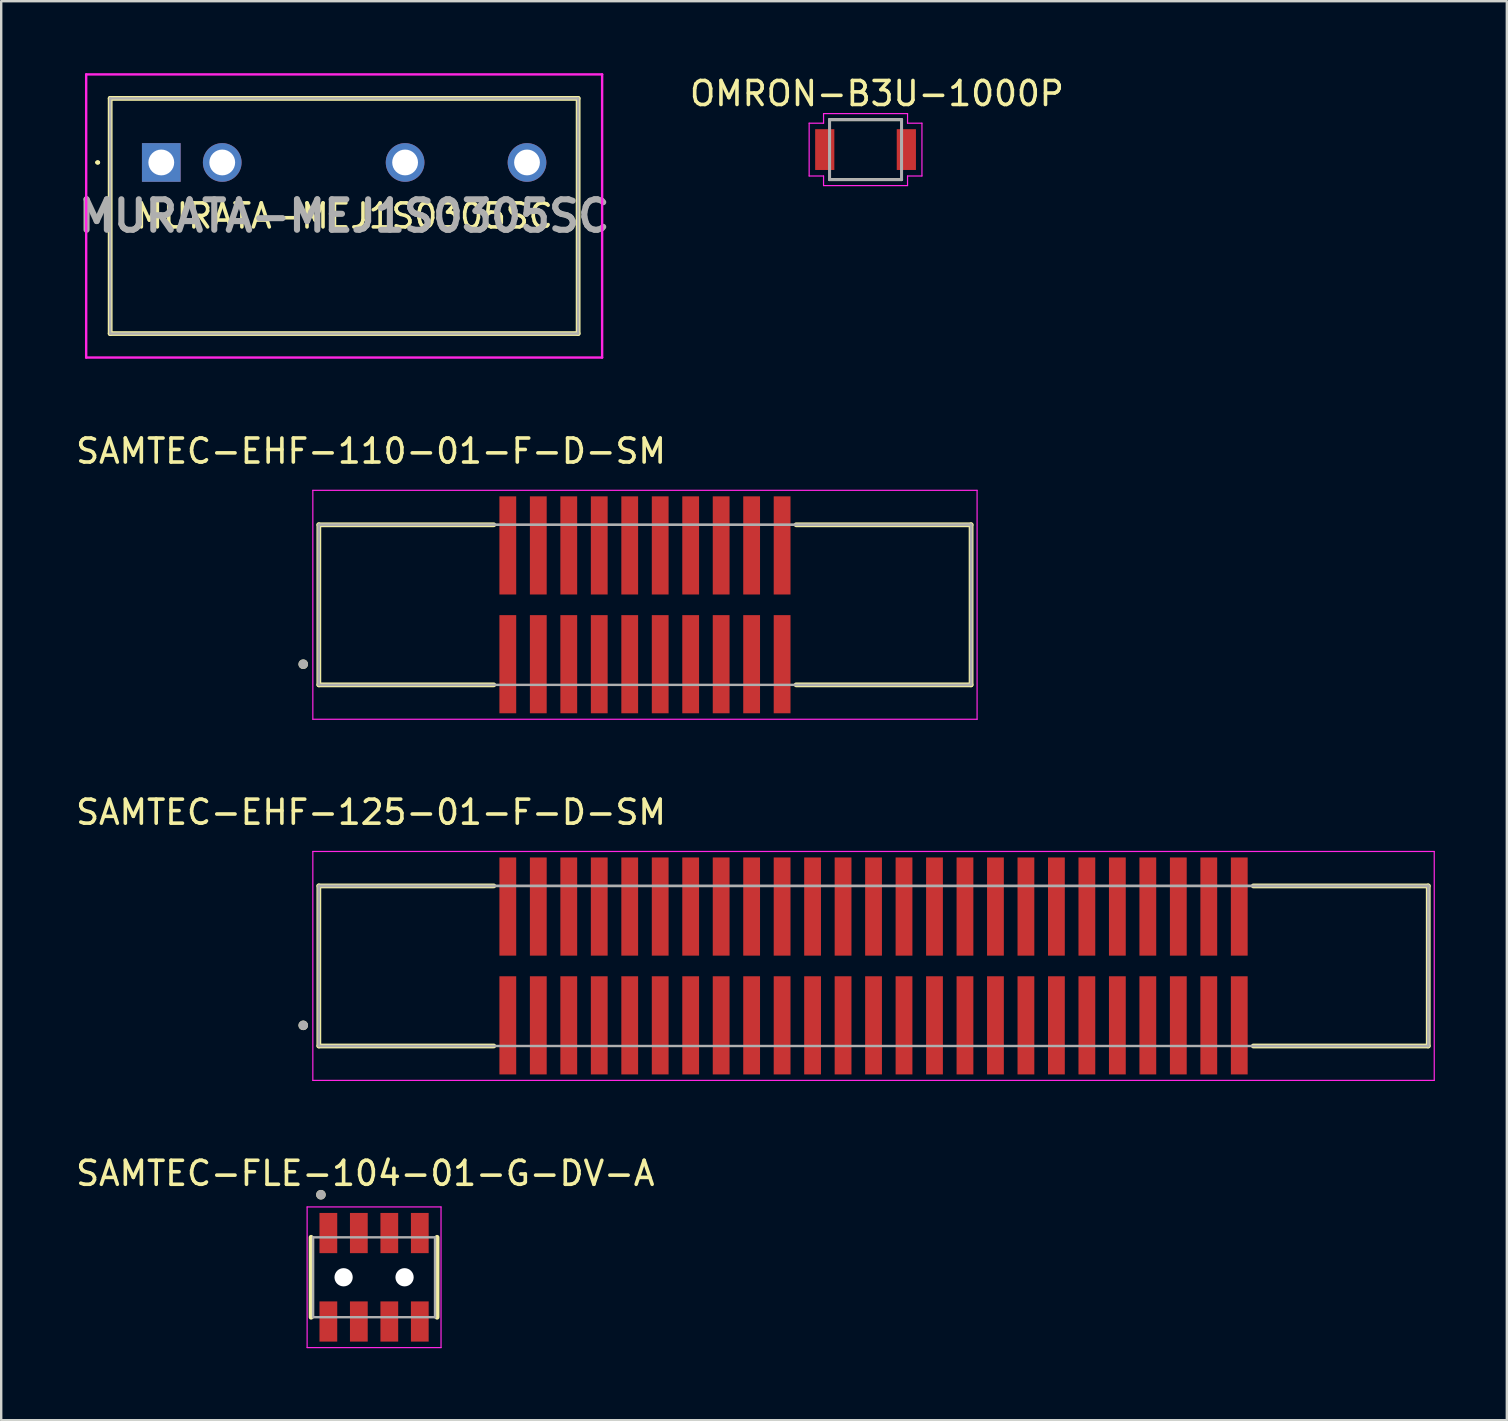
<source format=kicad_pcb>
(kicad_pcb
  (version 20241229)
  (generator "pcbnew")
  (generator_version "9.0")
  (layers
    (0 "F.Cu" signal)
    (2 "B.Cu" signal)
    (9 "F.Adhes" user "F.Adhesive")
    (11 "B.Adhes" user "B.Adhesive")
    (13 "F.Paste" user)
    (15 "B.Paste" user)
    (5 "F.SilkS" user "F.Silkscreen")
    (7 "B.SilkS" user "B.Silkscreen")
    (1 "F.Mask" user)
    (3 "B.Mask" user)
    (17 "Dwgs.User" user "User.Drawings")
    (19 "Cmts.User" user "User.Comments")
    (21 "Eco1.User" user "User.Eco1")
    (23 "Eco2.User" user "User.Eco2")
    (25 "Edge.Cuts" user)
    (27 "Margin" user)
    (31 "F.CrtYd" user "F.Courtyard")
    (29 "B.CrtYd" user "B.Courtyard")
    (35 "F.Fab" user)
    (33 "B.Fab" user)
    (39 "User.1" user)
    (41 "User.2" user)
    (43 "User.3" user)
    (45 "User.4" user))
  (footprint "SAMTEC-FLE-104-01-G-DV-A"
    (layer "F.Cu")
    (at 12.538 50.175)
    (property "Reference" "SAMTEC-FLE-104-01-G-DV-A" (at -0.365 -4.33 0) (layer "F.SilkS") (effects (font (size 1 1) (thickness 0.15))))
    (attr smd)
    (fp_line (start -2.625 1.665) (end -2.625 -1.665) (stroke (width 0.2) (type solid)) (layer "F.SilkS"))
    (fp_line (start 2.625 1.665) (end 2.625 -1.665) (stroke (width 0.2) (type solid)) (layer "F.SilkS"))
    (fp_circle (center -2.215 -3.44) (end -2.115 -3.44) (stroke (width 0.2) (type solid)) (fill no) (layer "F.SilkS"))
    (fp_line (start -2.79 -2.93) (end 2.79 -2.93) (stroke (width 0.05) (type solid)) (layer "F.CrtYd"))
    (fp_line (start -2.79 2.93) (end -2.79 -2.93) (stroke (width 0.05) (type solid)) (layer "F.CrtYd"))
    (fp_line (start 2.79 -2.93) (end 2.79 2.93) (stroke (width 0.05) (type solid)) (layer "F.CrtYd"))
    (fp_line (start 2.79 2.93) (end -2.79 2.93) (stroke (width 0.05) (type solid)) (layer "F.CrtYd"))
    (fp_line (start -2.54 -1.665) (end 2.54 -1.665) (stroke (width 0.1) (type solid)) (layer "F.Fab"))
    (fp_line (start -2.54 1.665) (end -2.54 -1.665) (stroke (width 0.1) (type solid)) (layer "F.Fab"))
    (fp_line (start 2.54 -1.665) (end 2.54 1.665) (stroke (width 0.1) (type solid)) (layer "F.Fab"))
    (fp_line (start 2.54 1.665) (end -2.54 1.665) (stroke (width 0.1) (type solid)) (layer "F.Fab"))
    (fp_circle (center -2.215 -3.44) (end -2.115 -3.44) (stroke (width 0.2) (type solid)) (fill no) (layer "F.Fab"))
    (pad "" np_thru_hole circle (at -1.27 0) (size 0.76 0.76) (drill 0.76) (layers "*.Cu" "*.Mask"))
    (pad "" np_thru_hole circle (at 1.27 0) (size 0.76 0.76) (drill 0.76) (layers "*.Cu" "*.Mask"))
    (pad "1" smd rect (at -1.905 -1.843) (size 0.74 1.675) (layers "F.Cu" "F.Mask" "F.Paste"))
    (pad "2" smd rect (at -1.905 1.843) (size 0.74 1.675) (layers "F.Cu" "F.Mask" "F.Paste"))
    (pad "3" smd rect (at -0.635 -1.843) (size 0.74 1.675) (layers "F.Cu" "F.Mask" "F.Paste"))
    (pad "4" smd rect (at -0.635 1.843) (size 0.74 1.675) (layers "F.Cu" "F.Mask" "F.Paste"))
    (pad "5" smd rect (at 0.635 -1.843) (size 0.74 1.675) (layers "F.Cu" "F.Mask" "F.Paste"))
    (pad "6" smd rect (at 0.635 1.843) (size 0.74 1.675) (layers "F.Cu" "F.Mask" "F.Paste"))
    (pad "7" smd rect (at 1.905 -1.843) (size 0.74 1.675) (layers "F.Cu" "F.Mask" "F.Paste"))
    (pad "8" smd rect (at 1.905 1.843) (size 0.74 1.675) (layers "F.Cu" "F.Mask" "F.Paste")))
  (footprint "OMRON-B3U-1000P"
    (layer "F.Cu")
    (at 33.018 3.183)
    (property "Reference" "OMRON-B3U-1000P" (at 0.475 -2.335 0) (layer "F.SilkS") (effects (font (size 1 1) (thickness 0.15))))
    (attr smd)
    (fp_line (start -1.5 -1.25) (end 1.5 -1.25) (stroke (width 0.127) (type solid)) (layer "F.SilkS"))
    (fp_line (start -1.5 1.25) (end 1.5 1.25) (stroke (width 0.127) (type solid)) (layer "F.SilkS"))
    (fp_line (start -2.35 -1.1) (end -1.75 -1.1) (stroke (width 0.05) (type solid)) (layer "F.CrtYd"))
    (fp_line (start -2.35 1.1) (end -2.35 -1.1) (stroke (width 0.05) (type solid)) (layer "F.CrtYd"))
    (fp_line (start -1.75 -1.5) (end 1.75 -1.5) (stroke (width 0.05) (type solid)) (layer "F.CrtYd"))
    (fp_line (start -1.75 -1.1) (end -1.75 -1.5) (stroke (width 0.05) (type solid)) (layer "F.CrtYd"))
    (fp_line (start -1.75 1.1) (end -2.35 1.1) (stroke (width 0.05) (type solid)) (layer "F.CrtYd"))
    (fp_line (start -1.75 1.5) (end -1.75 1.1) (stroke (width 0.05) (type solid)) (layer "F.CrtYd"))
    (fp_line (start 1.75 -1.5) (end 1.75 -1.1) (stroke (width 0.05) (type solid)) (layer "F.CrtYd"))
    (fp_line (start 1.75 -1.1) (end 2.35 -1.1) (stroke (width 0.05) (type solid)) (layer "F.CrtYd"))
    (fp_line (start 1.75 1.1) (end 1.75 1.5) (stroke (width 0.05) (type solid)) (layer "F.CrtYd"))
    (fp_line (start 1.75 1.5) (end -1.75 1.5) (stroke (width 0.05) (type solid)) (layer "F.CrtYd"))
    (fp_line (start 2.35 -1.1) (end 2.35 1.1) (stroke (width 0.05) (type solid)) (layer "F.CrtYd"))
    (fp_line (start 2.35 1.1) (end 1.75 1.1) (stroke (width 0.05) (type solid)) (layer "F.CrtYd"))
    (fp_line (start -1.5 1.25) (end -1.5 -1.25) (stroke (width 0.127) (type solid)) (layer "F.Fab"))
    (fp_line (start 1.5 -1.25) (end -1.5 -1.25) (stroke (width 0.127) (type solid)) (layer "F.Fab"))
    (fp_line (start 1.5 -1.25) (end 1.5 1.25) (stroke (width 0.127) (type solid)) (layer "F.Fab"))
    (fp_line (start 1.5 1.25) (end -1.5 1.25) (stroke (width 0.127) (type solid)) (layer "F.Fab"))
    (pad "1" smd rect (at -1.7 0) (size 0.8 1.7) (layers "F.Cu" "F.Mask" "F.Paste"))
    (pad "2" smd rect (at 1.7 0) (size 0.8 1.7) (layers "F.Cu" "F.Mask" "F.Paste")))
  (footprint "SAMTEC-EHF-110-01-F-D-SM"
    (layer "F.Cu")
    (at 23.826 22.153)
    (property "Reference" "SAMTEC-EHF-110-01-F-D-SM" (at -11.415 -6.405 0) (layer "F.SilkS") (effects (font (size 1 1) (thickness 0.15))))
    (attr smd)
    (fp_line (start -13.59 -3.335) (end -6.3 -3.335) (stroke (width 0.2) (type solid)) (layer "F.SilkS"))
    (fp_line (start -13.59 3.335) (end -13.59 -3.335) (stroke (width 0.2) (type solid)) (layer "F.SilkS"))
    (fp_line (start -6.3 3.335) (end -13.59 3.335) (stroke (width 0.2) (type solid)) (layer "F.SilkS"))
    (fp_line (start 6.3 -3.335) (end 13.59 -3.335) (stroke (width 0.2) (type solid)) (layer "F.SilkS"))
    (fp_line (start 6.3 3.335) (end 13.59 3.335) (stroke (width 0.2) (type solid)) (layer "F.SilkS"))
    (fp_line (start 13.59 -3.335) (end 13.59 3.335) (stroke (width 0.2) (type solid)) (layer "F.SilkS"))
    (fp_circle (center -14.24 2.475) (end -14.14 2.475) (stroke (width 0.2) (type solid)) (fill no) (layer "F.SilkS"))
    (fp_line (start -13.84 -4.77) (end 13.84 -4.77) (stroke (width 0.05) (type solid)) (layer "F.CrtYd"))
    (fp_line (start -13.84 4.77) (end -13.84 -4.77) (stroke (width 0.05) (type solid)) (layer "F.CrtYd"))
    (fp_line (start 13.84 -4.77) (end 13.84 4.77) (stroke (width 0.05) (type solid)) (layer "F.CrtYd"))
    (fp_line (start 13.84 4.77) (end -13.84 4.77) (stroke (width 0.05) (type solid)) (layer "F.CrtYd"))
    (fp_line (start -13.59 -3.335) (end 13.59 -3.335) (stroke (width 0.1) (type solid)) (layer "F.Fab"))
    (fp_line (start -13.59 -3.335) (end 13.59 -3.335) (stroke (width 0.1) (type solid)) (layer "F.Fab"))
    (fp_line (start -13.59 3.335) (end -13.59 -3.335) (stroke (width 0.1) (type solid)) (layer "F.Fab"))
    (fp_line (start -13.59 3.335) (end -13.59 -3.335) (stroke (width 0.1) (type solid)) (layer "F.Fab"))
    (fp_line (start 13.59 -3.335) (end 13.59 3.335) (stroke (width 0.1) (type solid)) (layer "F.Fab"))
    (fp_line (start 13.59 -3.335) (end 13.59 3.335) (stroke (width 0.1) (type solid)) (layer "F.Fab"))
    (fp_line (start 13.59 3.335) (end -13.59 3.335) (stroke (width 0.1) (type solid)) (layer "F.Fab"))
    (fp_circle (center -14.24 2.475) (end -14.14 2.475) (stroke (width 0.2) (type solid)) (fill no) (layer "F.Fab"))
    (pad "1" smd rect (at -5.715 2.475) (size 0.7 4.09) (layers "F.Cu" "F.Mask" "F.Paste"))
    (pad "2" smd rect (at -5.715 -2.475) (size 0.7 4.09) (layers "F.Cu" "F.Mask" "F.Paste"))
    (pad "3" smd rect (at -4.445 2.475) (size 0.7 4.09) (layers "F.Cu" "F.Mask" "F.Paste"))
    (pad "4" smd rect (at -4.445 -2.475) (size 0.7 4.09) (layers "F.Cu" "F.Mask" "F.Paste"))
    (pad "5" smd rect (at -3.175 2.475) (size 0.7 4.09) (layers "F.Cu" "F.Mask" "F.Paste"))
    (pad "6" smd rect (at -3.175 -2.475) (size 0.7 4.09) (layers "F.Cu" "F.Mask" "F.Paste"))
    (pad "7" smd rect (at -1.905 2.475) (size 0.7 4.09) (layers "F.Cu" "F.Mask" "F.Paste"))
    (pad "8" smd rect (at -1.905 -2.475) (size 0.7 4.09) (layers "F.Cu" "F.Mask" "F.Paste"))
    (pad "9" smd rect (at -0.635 2.475) (size 0.7 4.09) (layers "F.Cu" "F.Mask" "F.Paste"))
    (pad "10" smd rect (at -0.635 -2.475) (size 0.7 4.09) (layers "F.Cu" "F.Mask" "F.Paste"))
    (pad "11" smd rect (at 0.635 2.475) (size 0.7 4.09) (layers "F.Cu" "F.Mask" "F.Paste"))
    (pad "12" smd rect (at 0.635 -2.475) (size 0.7 4.09) (layers "F.Cu" "F.Mask" "F.Paste"))
    (pad "13" smd rect (at 1.905 2.475) (size 0.7 4.09) (layers "F.Cu" "F.Mask" "F.Paste"))
    (pad "14" smd rect (at 1.905 -2.475) (size 0.7 4.09) (layers "F.Cu" "F.Mask" "F.Paste"))
    (pad "15" smd rect (at 3.175 2.475) (size 0.7 4.09) (layers "F.Cu" "F.Mask" "F.Paste"))
    (pad "16" smd rect (at 3.175 -2.475) (size 0.7 4.09) (layers "F.Cu" "F.Mask" "F.Paste"))
    (pad "17" smd rect (at 4.445 2.475) (size 0.7 4.09) (layers "F.Cu" "F.Mask" "F.Paste"))
    (pad "18" smd rect (at 4.445 -2.475) (size 0.7 4.09) (layers "F.Cu" "F.Mask" "F.Paste"))
    (pad "19" smd rect (at 5.715 2.475) (size 0.7 4.09) (layers "F.Cu" "F.Mask" "F.Paste"))
    (pad "20" smd rect (at 5.715 -2.475) (size 0.7 4.09) (layers "F.Cu" "F.Mask" "F.Paste")))
  (footprint "MURATA-MEJ1S0305SC"
    (layer "F.Cu")
    (at 3.671 3.72)
    (property "Reference" "MURATA-MEJ1S0305SC" (at 7.62 2.23 0) (layer "F.SilkS") (effects (font (size 1 1) (thickness 0.15))))
    (attr through_hole)
    (fp_line (start -2.7 0) (end -2.7 0) (stroke (width 0.1) (type solid)) (layer "F.SilkS"))
    (fp_line (start -2.6 0) (end -2.6 0) (stroke (width 0.1) (type solid)) (layer "F.SilkS"))
    (fp_line (start -2.13 -2.67) (end 17.37 -2.67) (stroke (width 0.2) (type solid)) (layer "F.SilkS"))
    (fp_line (start -2.13 7.13) (end -2.13 -2.67) (stroke (width 0.2) (type solid)) (layer "F.SilkS"))
    (fp_line (start 17.37 -2.67) (end 17.37 7.13) (stroke (width 0.2) (type solid)) (layer "F.SilkS"))
    (fp_line (start 17.37 7.13) (end -2.13 7.13) (stroke (width 0.2) (type solid)) (layer "F.SilkS"))
    (fp_arc (start -2.7 0) (mid -2.65 -0.05) (end -2.6 0) (stroke (width 0.1) (type solid)) (layer "F.SilkS"))
    (fp_arc (start -2.6 0) (mid -2.65 0.05) (end -2.7 0) (stroke (width 0.1) (type solid)) (layer "F.SilkS"))
    (fp_line (start -3.13 -3.67) (end 18.37 -3.67) (stroke (width 0.1) (type solid)) (layer "F.CrtYd"))
    (fp_line (start -3.13 8.13) (end -3.13 -3.67) (stroke (width 0.1) (type solid)) (layer "F.CrtYd"))
    (fp_line (start 18.37 -3.67) (end 18.37 8.13) (stroke (width 0.1) (type solid)) (layer "F.CrtYd"))
    (fp_line (start 18.37 8.13) (end -3.13 8.13) (stroke (width 0.1) (type solid)) (layer "F.CrtYd"))
    (fp_line (start -2.13 -2.67) (end 17.37 -2.67) (stroke (width 0.1) (type solid)) (layer "F.Fab"))
    (fp_line (start -2.13 7.13) (end -2.13 -2.67) (stroke (width 0.1) (type solid)) (layer "F.Fab"))
    (fp_line (start 17.37 -2.67) (end 17.37 7.13) (stroke (width 0.1) (type solid)) (layer "F.Fab"))
    (fp_line (start 17.37 7.13) (end -2.13 7.13) (stroke (width 0.1) (type solid)) (layer "F.Fab"))
    (fp_text user "${REFERENCE}" (at 7.62 2.23 0) (layer "F.Fab") (effects (font (size 1.27 1.27) (thickness 0.254))))
    (pad "1" thru_hole rect (at 0 0) (size 1.612 1.612) (drill 1.075) (layers "*.Cu" "*.Mask"))
    (pad "2" thru_hole circle (at 2.54 0) (size 1.612 1.612) (drill 1.075) (layers "*.Cu" "*.Mask"))
    (pad "5" thru_hole circle (at 10.16 0) (size 1.612 1.612) (drill 1.075) (layers "*.Cu" "*.Mask"))
    (pad "7" thru_hole circle (at 15.24 0) (size 1.612 1.612) (drill 1.075) (layers "*.Cu" "*.Mask")))
  (footprint "SAMTEC-EHF-125-01-F-D-SM"
    (layer "F.Cu")
    (at 33.351 37.202)
    (property "Reference" "SAMTEC-EHF-125-01-F-D-SM" (at -20.94 -6.405 0) (layer "F.SilkS") (effects (font (size 1 1) (thickness 0.15))))
    (attr smd)
    (fp_line (start -23.115 -3.335) (end -15.825 -3.335) (stroke (width 0.2) (type solid)) (layer "F.SilkS"))
    (fp_line (start -23.115 3.335) (end -23.115 -3.335) (stroke (width 0.2) (type solid)) (layer "F.SilkS"))
    (fp_line (start -15.825 3.335) (end -23.115 3.335) (stroke (width 0.2) (type solid)) (layer "F.SilkS"))
    (fp_line (start 15.825 -3.335) (end 23.115 -3.335) (stroke (width 0.2) (type solid)) (layer "F.SilkS"))
    (fp_line (start 15.825 3.335) (end 23.115 3.335) (stroke (width 0.2) (type solid)) (layer "F.SilkS"))
    (fp_line (start 23.115 -3.335) (end 23.115 3.335) (stroke (width 0.2) (type solid)) (layer "F.SilkS"))
    (fp_circle (center -23.765 2.475) (end -23.665 2.475) (stroke (width 0.2) (type solid)) (fill no) (layer "F.SilkS"))
    (fp_line (start -23.365 -4.77) (end 23.365 -4.77) (stroke (width 0.05) (type solid)) (layer "F.CrtYd"))
    (fp_line (start -23.365 4.77) (end -23.365 -4.77) (stroke (width 0.05) (type solid)) (layer "F.CrtYd"))
    (fp_line (start 23.365 -4.77) (end 23.365 4.77) (stroke (width 0.05) (type solid)) (layer "F.CrtYd"))
    (fp_line (start 23.365 4.77) (end -23.365 4.77) (stroke (width 0.05) (type solid)) (layer "F.CrtYd"))
    (fp_line (start -23.115 -3.335) (end 23.115 -3.335) (stroke (width 0.1) (type solid)) (layer "F.Fab"))
    (fp_line (start -23.115 -3.335) (end 23.115 -3.335) (stroke (width 0.1) (type solid)) (layer "F.Fab"))
    (fp_line (start -23.115 3.335) (end -23.115 -3.335) (stroke (width 0.1) (type solid)) (layer "F.Fab"))
    (fp_line (start -23.115 3.335) (end -23.115 -3.335) (stroke (width 0.1) (type solid)) (layer "F.Fab"))
    (fp_line (start 23.115 -3.335) (end 23.115 3.335) (stroke (width 0.1) (type solid)) (layer "F.Fab"))
    (fp_line (start 23.115 -3.335) (end 23.115 3.335) (stroke (width 0.1) (type solid)) (layer "F.Fab"))
    (fp_line (start 23.115 3.335) (end -23.115 3.335) (stroke (width 0.1) (type solid)) (layer "F.Fab"))
    (fp_circle (center -23.765 2.475) (end -23.665 2.475) (stroke (width 0.2) (type solid)) (fill no) (layer "F.Fab"))
    (pad "1" smd rect (at -15.24 2.475) (size 0.7 4.09) (layers "F.Cu" "F.Mask" "F.Paste"))
    (pad "2" smd rect (at -15.24 -2.475) (size 0.7 4.09) (layers "F.Cu" "F.Mask" "F.Paste"))
    (pad "3" smd rect (at -13.97 2.475) (size 0.7 4.09) (layers "F.Cu" "F.Mask" "F.Paste"))
    (pad "4" smd rect (at -13.97 -2.475) (size 0.7 4.09) (layers "F.Cu" "F.Mask" "F.Paste"))
    (pad "5" smd rect (at -12.7 2.475) (size 0.7 4.09) (layers "F.Cu" "F.Mask" "F.Paste"))
    (pad "6" smd rect (at -12.7 -2.475) (size 0.7 4.09) (layers "F.Cu" "F.Mask" "F.Paste"))
    (pad "7" smd rect (at -11.43 2.475) (size 0.7 4.09) (layers "F.Cu" "F.Mask" "F.Paste"))
    (pad "8" smd rect (at -11.43 -2.475) (size 0.7 4.09) (layers "F.Cu" "F.Mask" "F.Paste"))
    (pad "9" smd rect (at -10.16 2.475) (size 0.7 4.09) (layers "F.Cu" "F.Mask" "F.Paste"))
    (pad "10" smd rect (at -10.16 -2.475) (size 0.7 4.09) (layers "F.Cu" "F.Mask" "F.Paste"))
    (pad "11" smd rect (at -8.89 2.475) (size 0.7 4.09) (layers "F.Cu" "F.Mask" "F.Paste"))
    (pad "12" smd rect (at -8.89 -2.475) (size 0.7 4.09) (layers "F.Cu" "F.Mask" "F.Paste"))
    (pad "13" smd rect (at -7.62 2.475) (size 0.7 4.09) (layers "F.Cu" "F.Mask" "F.Paste"))
    (pad "14" smd rect (at -7.62 -2.475) (size 0.7 4.09) (layers "F.Cu" "F.Mask" "F.Paste"))
    (pad "15" smd rect (at -6.35 2.475) (size 0.7 4.09) (layers "F.Cu" "F.Mask" "F.Paste"))
    (pad "16" smd rect (at -6.35 -2.475) (size 0.7 4.09) (layers "F.Cu" "F.Mask" "F.Paste"))
    (pad "17" smd rect (at -5.08 2.475) (size 0.7 4.09) (layers "F.Cu" "F.Mask" "F.Paste"))
    (pad "18" smd rect (at -5.08 -2.475) (size 0.7 4.09) (layers "F.Cu" "F.Mask" "F.Paste"))
    (pad "19" smd rect (at -3.81 2.475) (size 0.7 4.09) (layers "F.Cu" "F.Mask" "F.Paste"))
    (pad "20" smd rect (at -3.81 -2.475) (size 0.7 4.09) (layers "F.Cu" "F.Mask" "F.Paste"))
    (pad "21" smd rect (at -2.54 2.475) (size 0.7 4.09) (layers "F.Cu" "F.Mask" "F.Paste"))
    (pad "22" smd rect (at -2.54 -2.475) (size 0.7 4.09) (layers "F.Cu" "F.Mask" "F.Paste"))
    (pad "23" smd rect (at -1.27 2.475) (size 0.7 4.09) (layers "F.Cu" "F.Mask" "F.Paste"))
    (pad "24" smd rect (at -1.27 -2.475) (size 0.7 4.09) (layers "F.Cu" "F.Mask" "F.Paste"))
    (pad "25" smd rect (at 0 2.475) (size 0.7 4.09) (layers "F.Cu" "F.Mask" "F.Paste"))
    (pad "26" smd rect (at 0 -2.475) (size 0.7 4.09) (layers "F.Cu" "F.Mask" "F.Paste"))
    (pad "27" smd rect (at 1.27 2.475) (size 0.7 4.09) (layers "F.Cu" "F.Mask" "F.Paste"))
    (pad "28" smd rect (at 1.27 -2.475) (size 0.7 4.09) (layers "F.Cu" "F.Mask" "F.Paste"))
    (pad "29" smd rect (at 2.54 2.475) (size 0.7 4.09) (layers "F.Cu" "F.Mask" "F.Paste"))
    (pad "30" smd rect (at 2.54 -2.475) (size 0.7 4.09) (layers "F.Cu" "F.Mask" "F.Paste"))
    (pad "31" smd rect (at 3.81 2.475) (size 0.7 4.09) (layers "F.Cu" "F.Mask" "F.Paste"))
    (pad "32" smd rect (at 3.81 -2.475) (size 0.7 4.09) (layers "F.Cu" "F.Mask" "F.Paste"))
    (pad "33" smd rect (at 5.08 2.475) (size 0.7 4.09) (layers "F.Cu" "F.Mask" "F.Paste"))
    (pad "34" smd rect (at 5.08 -2.475) (size 0.7 4.09) (layers "F.Cu" "F.Mask" "F.Paste"))
    (pad "35" smd rect (at 6.35 2.475) (size 0.7 4.09) (layers "F.Cu" "F.Mask" "F.Paste"))
    (pad "36" smd rect (at 6.35 -2.475) (size 0.7 4.09) (layers "F.Cu" "F.Mask" "F.Paste"))
    (pad "37" smd rect (at 7.62 2.475) (size 0.7 4.09) (layers "F.Cu" "F.Mask" "F.Paste"))
    (pad "38" smd rect (at 7.62 -2.475) (size 0.7 4.09) (layers "F.Cu" "F.Mask" "F.Paste"))
    (pad "39" smd rect (at 8.89 2.475) (size 0.7 4.09) (layers "F.Cu" "F.Mask" "F.Paste"))
    (pad "40" smd rect (at 8.89 -2.475) (size 0.7 4.09) (layers "F.Cu" "F.Mask" "F.Paste"))
    (pad "41" smd rect (at 10.16 2.475) (size 0.7 4.09) (layers "F.Cu" "F.Mask" "F.Paste"))
    (pad "42" smd rect (at 10.16 -2.475) (size 0.7 4.09) (layers "F.Cu" "F.Mask" "F.Paste"))
    (pad "43" smd rect (at 11.43 2.475) (size 0.7 4.09) (layers "F.Cu" "F.Mask" "F.Paste"))
    (pad "44" smd rect (at 11.43 -2.475) (size 0.7 4.09) (layers "F.Cu" "F.Mask" "F.Paste"))
    (pad "45" smd rect (at 12.7 2.475) (size 0.7 4.09) (layers "F.Cu" "F.Mask" "F.Paste"))
    (pad "46" smd rect (at 12.7 -2.475) (size 0.7 4.09) (layers "F.Cu" "F.Mask" "F.Paste"))
    (pad "47" smd rect (at 13.97 2.475) (size 0.7 4.09) (layers "F.Cu" "F.Mask" "F.Paste"))
    (pad "48" smd rect (at 13.97 -2.475) (size 0.7 4.09) (layers "F.Cu" "F.Mask" "F.Paste"))
    (pad "49" smd rect (at 15.24 2.475) (size 0.7 4.09) (layers "F.Cu" "F.Mask" "F.Paste"))
    (pad "50" smd rect (at 15.24 -2.475) (size 0.7 4.09) (layers "F.Cu" "F.Mask" "F.Paste")))
  (gr_rect
    (start -3 -3)
    (end 59.741 56.13)
    (stroke (width 0.1) (type default))
    (fill no)
    (layer "Edge.Cuts")))
</source>
